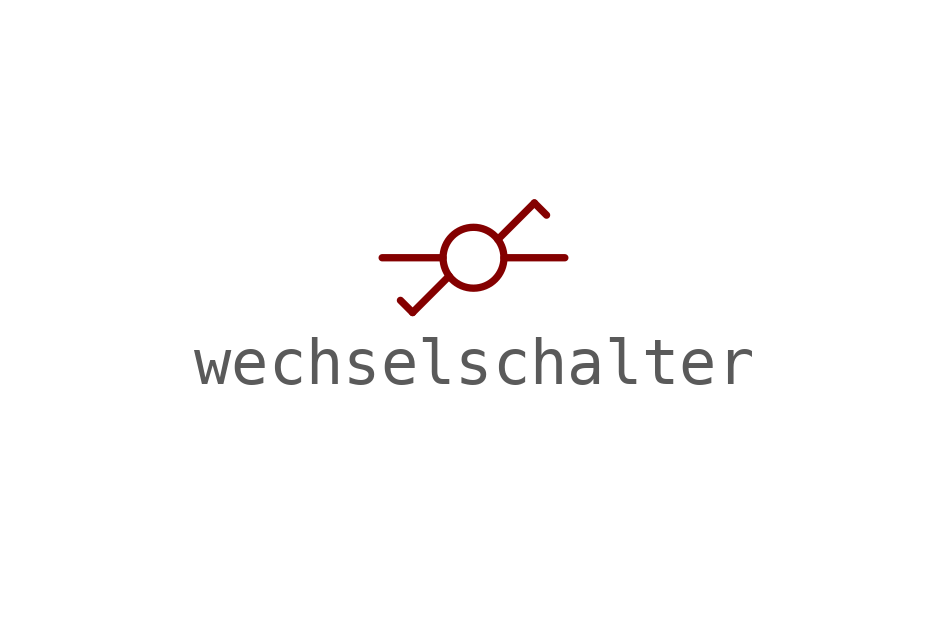
<source format=kicad_sym>
(kicad_symbol_lib
  (version 20211014)
  (generator kicad_symbol_editor)
  (symbol "wechselschalter"
    (pin_numbers hide)
    (pin_names
      (offset 0) hide)
    (property "Reference" "U"
      (at 5.08 1.27 0)
      (effects (font (size 1.27 1.27)) hide))
    (symbol "wechselschalter_0_0"
      (polyline (pts (xy 0.635 -1.143) (xy 0.381 -0.889)) (stroke (width 0) (type default) (color 0 0 0 0)) (fill (type none)))
      (polyline (pts (xy 1.397 -0.381) (xy 0.635 -1.143)) (stroke (width 0) (type default) (color 0 0 0 0)) (fill (type none)))
      (polyline (pts (xy 2.413 0.381) (xy 3.175 1.143)) (stroke (width 0) (type default) (color 0 0 0 0)) (fill (type none)))
      (polyline (pts (xy 3.175 1.143) (xy 3.429 0.889)) (stroke (width 0) (type default) (color 0 0 0 0)) (fill (type none)))
      (circle (center 1.905 0) (radius 0.635) (stroke (width 0) (type default) (color 0 0 0 0)) (fill (type none))))
    (symbol "wechselschalter_1_1"
      (pin passive line (at 0 0 0) (length 1.27) (name "2" (effects (font (size 1.27 1.27)))) (number "2" (effects (font (size 1.27 1.27)))))
      (pin passive line (at 3.81 0 180) (length 1.27) (name "2" (effects (font (size 1.27 1.27)))) (number "2" (effects (font (size 1.27 1.27))))))))
</source>
